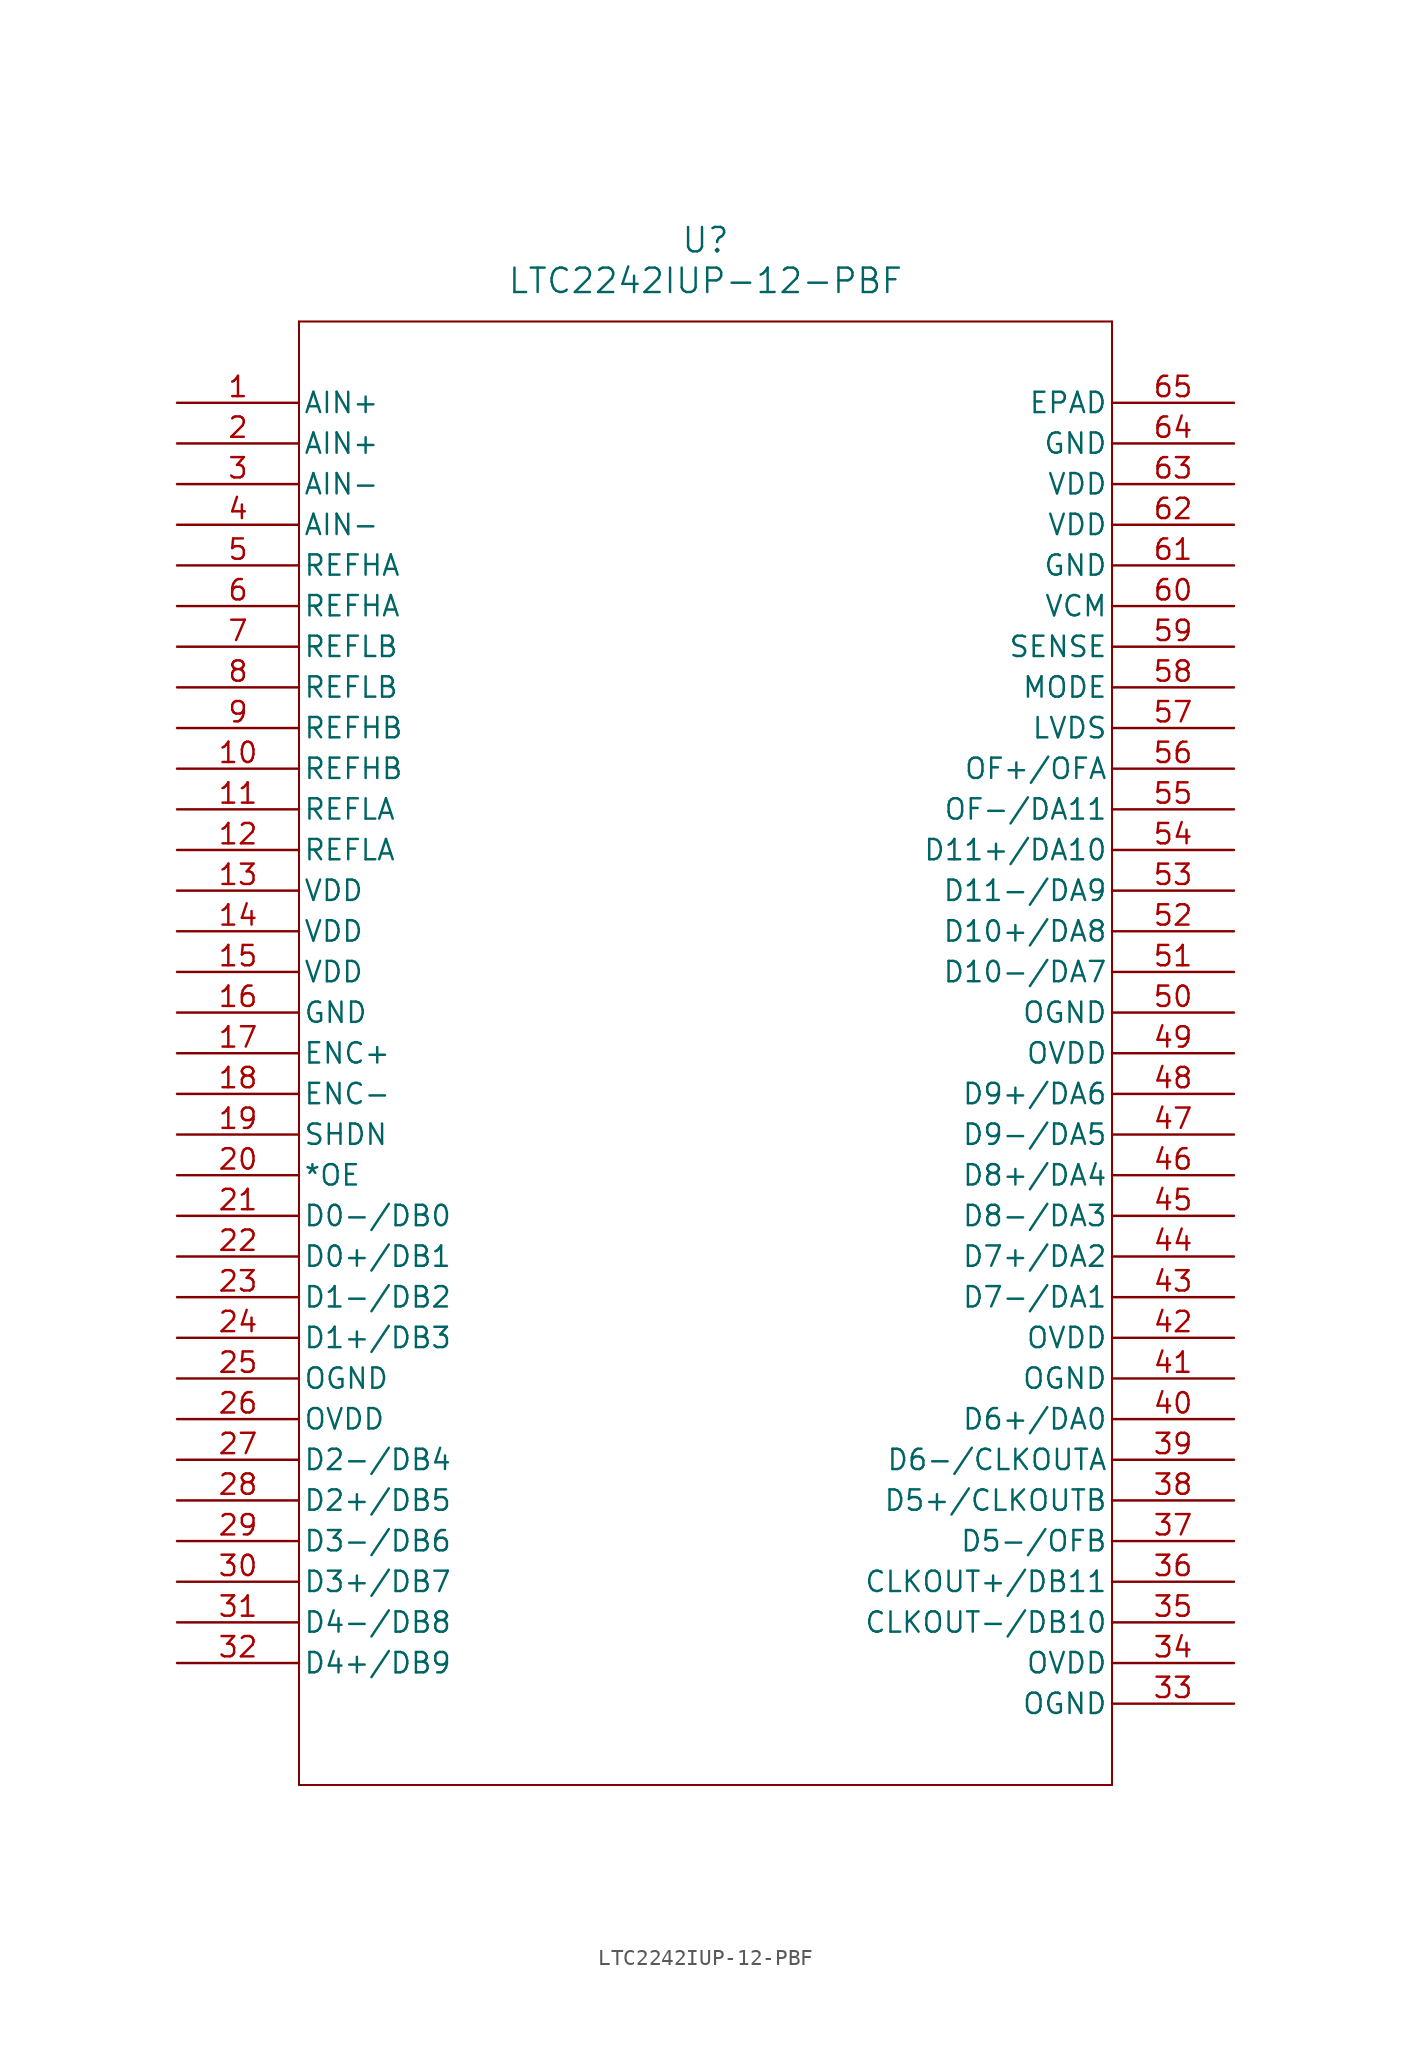
<source format=kicad_sym>
(kicad_symbol_lib
  (version 20211014)
  (generator kicad_symbol_editor)
  (symbol "LTC2242IUP-12-PBF"
    (pin_names
      (offset 0.254))
    (property "Reference" "U"
      (at 33.02 10.16 0)
      (effects (font (size 1.524 1.524))))
    (property "Value" "LTC2242IUP-12-PBF"
      (at 33.02 7.62 0)
      (effects (font (size 1.524 1.524))))
    (symbol "LTC2242IUP-12-PBF_0_1"
      (polyline (pts (xy 7.62 5.08) (xy 7.62 -86.36)) (stroke (width 0.127) (type default) (color 0 0 0 0)) (fill (type none)))
      (polyline (pts (xy 7.62 -86.36) (xy 58.42 -86.36)) (stroke (width 0.127) (type default) (color 0 0 0 0)) (fill (type none)))
      (polyline (pts (xy 58.42 -86.36) (xy 58.42 5.08)) (stroke (width 0.127) (type default) (color 0 0 0 0)) (fill (type none)))
      (polyline (pts (xy 58.42 5.08) (xy 7.62 5.08)) (stroke (width 0.127) (type default) (color 0 0 0 0)) (fill (type none)))
      (pin input line (at 0 0 0) (length 7.62) (name "AIN+" (effects (font (size 1.27 1.27)))) (number "1" (effects (font (size 1.27 1.27)))))
      (pin input line (at 0 -2.54 0) (length 7.62) (name "AIN+" (effects (font (size 1.27 1.27)))) (number "2" (effects (font (size 1.27 1.27)))))
      (pin input line (at 0 -5.08 0) (length 7.62) (name "AIN-" (effects (font (size 1.27 1.27)))) (number "3" (effects (font (size 1.27 1.27)))))
      (pin input line (at 0 -7.62 0) (length 7.62) (name "AIN-" (effects (font (size 1.27 1.27)))) (number "4" (effects (font (size 1.27 1.27)))))
      (pin unspecified line (at 0 -10.16 0) (length 7.62) (name "REFHA" (effects (font (size 1.27 1.27)))) (number "5" (effects (font (size 1.27 1.27)))))
      (pin unspecified line (at 0 -12.7 0) (length 7.62) (name "REFHA" (effects (font (size 1.27 1.27)))) (number "6" (effects (font (size 1.27 1.27)))))
      (pin unspecified line (at 0 -15.24 0) (length 7.62) (name "REFLB" (effects (font (size 1.27 1.27)))) (number "7" (effects (font (size 1.27 1.27)))))
      (pin unspecified line (at 0 -17.78 0) (length 7.62) (name "REFLB" (effects (font (size 1.27 1.27)))) (number "8" (effects (font (size 1.27 1.27)))))
      (pin unspecified line (at 0 -20.32 0) (length 7.62) (name "REFHB" (effects (font (size 1.27 1.27)))) (number "9" (effects (font (size 1.27 1.27)))))
      (pin unspecified line (at 0 -22.86 0) (length 7.62) (name "REFHB" (effects (font (size 1.27 1.27)))) (number "10" (effects (font (size 1.27 1.27)))))
      (pin unspecified line (at 0 -25.4 0) (length 7.62) (name "REFLA" (effects (font (size 1.27 1.27)))) (number "11" (effects (font (size 1.27 1.27)))))
      (pin unspecified line (at 0 -27.94 0) (length 7.62) (name "REFLA" (effects (font (size 1.27 1.27)))) (number "12" (effects (font (size 1.27 1.27)))))
      (pin power_in line (at 0 -30.48 0) (length 7.62) (name "VDD" (effects (font (size 1.27 1.27)))) (number "13" (effects (font (size 1.27 1.27)))))
      (pin power_in line (at 0 -33.02 0) (length 7.62) (name "VDD" (effects (font (size 1.27 1.27)))) (number "14" (effects (font (size 1.27 1.27)))))
      (pin power_in line (at 0 -35.56 0) (length 7.62) (name "VDD" (effects (font (size 1.27 1.27)))) (number "15" (effects (font (size 1.27 1.27)))))
      (pin power_in line (at 0 -38.1 0) (length 7.62) (name "GND" (effects (font (size 1.27 1.27)))) (number "16" (effects (font (size 1.27 1.27)))))
      (pin input line (at 0 -40.64 0) (length 7.62) (name "ENC+" (effects (font (size 1.27 1.27)))) (number "17" (effects (font (size 1.27 1.27)))))
      (pin input line (at 0 -43.18 0) (length 7.62) (name "ENC-" (effects (font (size 1.27 1.27)))) (number "18" (effects (font (size 1.27 1.27)))))
      (pin output line (at 0 -45.72 0) (length 7.62) (name "SHDN" (effects (font (size 1.27 1.27)))) (number "19" (effects (font (size 1.27 1.27)))))
      (pin output line (at 0 -48.26 0) (length 7.62) (name "*OE" (effects (font (size 1.27 1.27)))) (number "20" (effects (font (size 1.27 1.27)))))
      (pin output line (at 0 -50.8 0) (length 7.62) (name "D0-/DB0" (effects (font (size 1.27 1.27)))) (number "21" (effects (font (size 1.27 1.27)))))
      (pin output line (at 0 -53.34 0) (length 7.62) (name "D0+/DB1" (effects (font (size 1.27 1.27)))) (number "22" (effects (font (size 1.27 1.27)))))
      (pin output line (at 0 -55.88 0) (length 7.62) (name "D1-/DB2" (effects (font (size 1.27 1.27)))) (number "23" (effects (font (size 1.27 1.27)))))
      (pin output line (at 0 -58.42 0) (length 7.62) (name "D1+/DB3" (effects (font (size 1.27 1.27)))) (number "24" (effects (font (size 1.27 1.27)))))
      (pin power_in line (at 0 -60.96 0) (length 7.62) (name "OGND" (effects (font (size 1.27 1.27)))) (number "25" (effects (font (size 1.27 1.27)))))
      (pin power_in line (at 0 -63.5 0) (length 7.62) (name "OVDD" (effects (font (size 1.27 1.27)))) (number "26" (effects (font (size 1.27 1.27)))))
      (pin output line (at 0 -66.04 0) (length 7.62) (name "D2-/DB4" (effects (font (size 1.27 1.27)))) (number "27" (effects (font (size 1.27 1.27)))))
      (pin output line (at 0 -68.58 0) (length 7.62) (name "D2+/DB5" (effects (font (size 1.27 1.27)))) (number "28" (effects (font (size 1.27 1.27)))))
      (pin output line (at 0 -71.12 0) (length 7.62) (name "D3-/DB6" (effects (font (size 1.27 1.27)))) (number "29" (effects (font (size 1.27 1.27)))))
      (pin output line (at 0 -73.66 0) (length 7.62) (name "D3+/DB7" (effects (font (size 1.27 1.27)))) (number "30" (effects (font (size 1.27 1.27)))))
      (pin output line (at 0 -76.2 0) (length 7.62) (name "D4-/DB8" (effects (font (size 1.27 1.27)))) (number "31" (effects (font (size 1.27 1.27)))))
      (pin output line (at 0 -78.74 0) (length 7.62) (name "D4+/DB9" (effects (font (size 1.27 1.27)))) (number "32" (effects (font (size 1.27 1.27)))))
      (pin power_in line (at 66.04 -81.28 180) (length 7.62) (name "OGND" (effects (font (size 1.27 1.27)))) (number "33" (effects (font (size 1.27 1.27)))))
      (pin power_in line (at 66.04 -78.74 180) (length 7.62) (name "OVDD" (effects (font (size 1.27 1.27)))) (number "34" (effects (font (size 1.27 1.27)))))
      (pin output line (at 66.04 -76.2 180) (length 7.62) (name "CLKOUT-/DB10" (effects (font (size 1.27 1.27)))) (number "35" (effects (font (size 1.27 1.27)))))
      (pin output line (at 66.04 -73.66 180) (length 7.62) (name "CLKOUT+/DB11" (effects (font (size 1.27 1.27)))) (number "36" (effects (font (size 1.27 1.27)))))
      (pin output line (at 66.04 -71.12 180) (length 7.62) (name "D5-/OFB" (effects (font (size 1.27 1.27)))) (number "37" (effects (font (size 1.27 1.27)))))
      (pin output line (at 66.04 -68.58 180) (length 7.62) (name "D5+/CLKOUTB" (effects (font (size 1.27 1.27)))) (number "38" (effects (font (size 1.27 1.27)))))
      (pin output line (at 66.04 -66.04 180) (length 7.62) (name "D6-/CLKOUTA" (effects (font (size 1.27 1.27)))) (number "39" (effects (font (size 1.27 1.27)))))
      (pin output line (at 66.04 -63.5 180) (length 7.62) (name "D6+/DA0" (effects (font (size 1.27 1.27)))) (number "40" (effects (font (size 1.27 1.27)))))
      (pin power_in line (at 66.04 -60.96 180) (length 7.62) (name "OGND" (effects (font (size 1.27 1.27)))) (number "41" (effects (font (size 1.27 1.27)))))
      (pin power_in line (at 66.04 -58.42 180) (length 7.62) (name "OVDD" (effects (font (size 1.27 1.27)))) (number "42" (effects (font (size 1.27 1.27)))))
      (pin output line (at 66.04 -55.88 180) (length 7.62) (name "D7-/DA1" (effects (font (size 1.27 1.27)))) (number "43" (effects (font (size 1.27 1.27)))))
      (pin output line (at 66.04 -53.34 180) (length 7.62) (name "D7+/DA2" (effects (font (size 1.27 1.27)))) (number "44" (effects (font (size 1.27 1.27)))))
      (pin output line (at 66.04 -50.8 180) (length 7.62) (name "D8-/DA3" (effects (font (size 1.27 1.27)))) (number "45" (effects (font (size 1.27 1.27)))))
      (pin output line (at 66.04 -48.26 180) (length 7.62) (name "D8+/DA4" (effects (font (size 1.27 1.27)))) (number "46" (effects (font (size 1.27 1.27)))))
      (pin output line (at 66.04 -45.72 180) (length 7.62) (name "D9-/DA5" (effects (font (size 1.27 1.27)))) (number "47" (effects (font (size 1.27 1.27)))))
      (pin output line (at 66.04 -43.18 180) (length 7.62) (name "D9+/DA6" (effects (font (size 1.27 1.27)))) (number "48" (effects (font (size 1.27 1.27)))))
      (pin power_in line (at 66.04 -40.64 180) (length 7.62) (name "OVDD" (effects (font (size 1.27 1.27)))) (number "49" (effects (font (size 1.27 1.27)))))
      (pin power_in line (at 66.04 -38.1 180) (length 7.62) (name "OGND" (effects (font (size 1.27 1.27)))) (number "50" (effects (font (size 1.27 1.27)))))
      (pin output line (at 66.04 -35.56 180) (length 7.62) (name "D10-/DA7" (effects (font (size 1.27 1.27)))) (number "51" (effects (font (size 1.27 1.27)))))
      (pin output line (at 66.04 -33.02 180) (length 7.62) (name "D10+/DA8" (effects (font (size 1.27 1.27)))) (number "52" (effects (font (size 1.27 1.27)))))
      (pin output line (at 66.04 -30.48 180) (length 7.62) (name "D11-/DA9" (effects (font (size 1.27 1.27)))) (number "53" (effects (font (size 1.27 1.27)))))
      (pin output line (at 66.04 -27.94 180) (length 7.62) (name "D11+/DA10" (effects (font (size 1.27 1.27)))) (number "54" (effects (font (size 1.27 1.27)))))
      (pin output line (at 66.04 -25.4 180) (length 7.62) (name "OF-/DA11" (effects (font (size 1.27 1.27)))) (number "55" (effects (font (size 1.27 1.27)))))
      (pin output line (at 66.04 -22.86 180) (length 7.62) (name "OF+/OFA" (effects (font (size 1.27 1.27)))) (number "56" (effects (font (size 1.27 1.27)))))
      (pin output line (at 66.04 -20.32 180) (length 7.62) (name "LVDS" (effects (font (size 1.27 1.27)))) (number "57" (effects (font (size 1.27 1.27)))))
      (pin output line (at 66.04 -17.78 180) (length 7.62) (name "MODE" (effects (font (size 1.27 1.27)))) (number "58" (effects (font (size 1.27 1.27)))))
      (pin input line (at 66.04 -15.24 180) (length 7.62) (name "SENSE" (effects (font (size 1.27 1.27)))) (number "59" (effects (font (size 1.27 1.27)))))
      (pin bidirectional line (at 66.04 -12.7 180) (length 7.62) (name "VCM" (effects (font (size 1.27 1.27)))) (number "60" (effects (font (size 1.27 1.27)))))
      (pin power_in line (at 66.04 -10.16 180) (length 7.62) (name "GND" (effects (font (size 1.27 1.27)))) (number "61" (effects (font (size 1.27 1.27)))))
      (pin power_in line (at 66.04 -7.62 180) (length 7.62) (name "VDD" (effects (font (size 1.27 1.27)))) (number "62" (effects (font (size 1.27 1.27)))))
      (pin power_in line (at 66.04 -5.08 180) (length 7.62) (name "VDD" (effects (font (size 1.27 1.27)))) (number "63" (effects (font (size 1.27 1.27)))))
      (pin power_in line (at 66.04 -2.54 180) (length 7.62) (name "GND" (effects (font (size 1.27 1.27)))) (number "64" (effects (font (size 1.27 1.27)))))
      (pin unspecified line (at 66.04 0 180) (length 7.62) (name "EPAD" (effects (font (size 1.27 1.27)))) (number "65" (effects (font (size 1.27 1.27))))))))
</source>
